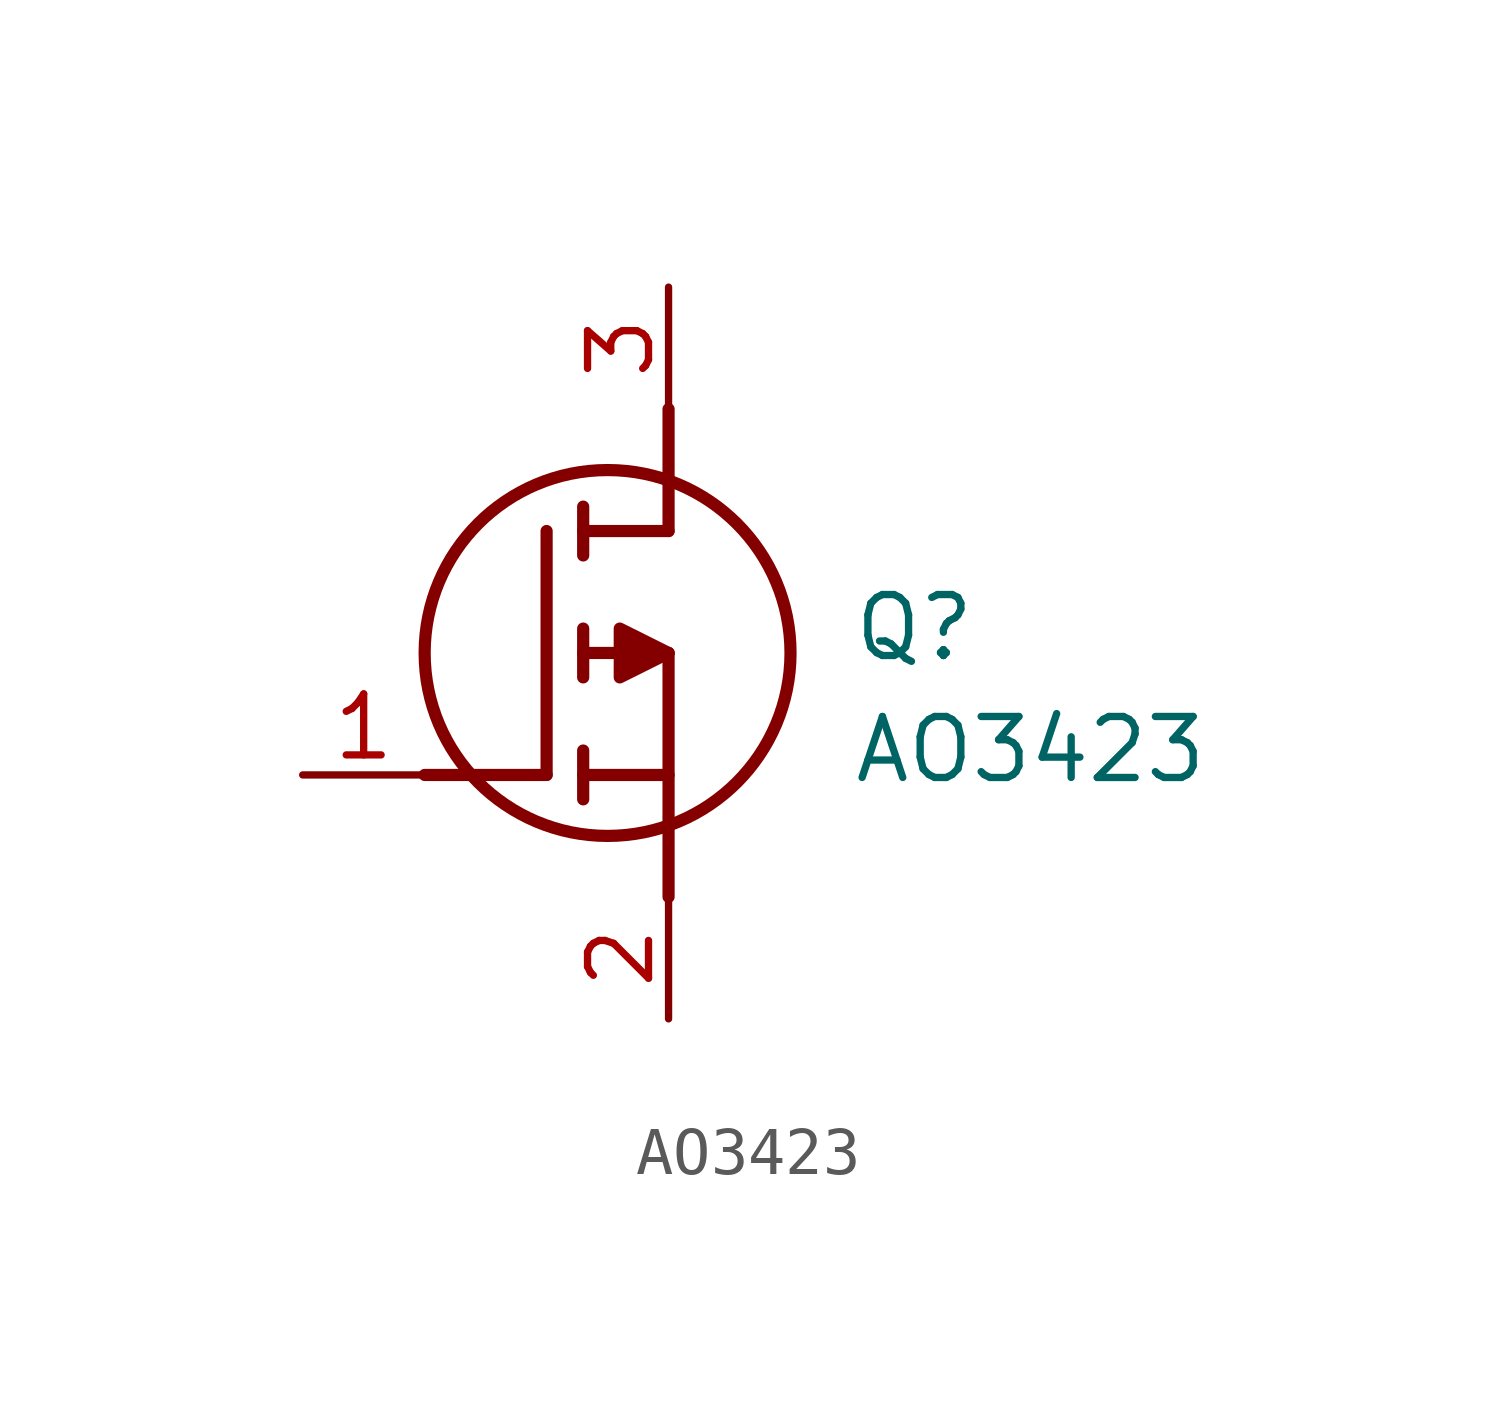
<source format=kicad_sym>
(kicad_symbol_lib
  (version 20211014)
  (generator SamacSys_ECAD_Model)
  (symbol "AO3423"
    (pin_names hide)
    (property "Reference" "Q"
      (at 11.43 3.81 0)
      (effects (font (size 1.27 1.27)) (justify left top)))
    (property "Value" "AO3423"
      (at 11.43 1.27 0)
      (effects (font (size 1.27 1.27)) (justify left top)))
    (polyline
      (pts (xy 7.62 2.54) (xy 7.62 -2.54))
      (stroke (width 0.254) (type default))
      (fill (type none)))
    (polyline
      (pts (xy 7.62 5.08) (xy 7.62 7.62))
      (stroke (width 0.254) (type default))
      (fill (type none)))
    (polyline
      (pts (xy 2.54 0) (xy 5.08 0))
      (stroke (width 0.254) (type default))
      (fill (type none)))
    (polyline
      (pts (xy 5.08 5.08) (xy 5.08 0))
      (stroke (width 0.254) (type default))
      (fill (type none)))
    (polyline
      (pts (xy 7.62 2.54) (xy 5.842 2.54))
      (stroke (width 0.254) (type default))
      (fill (type none)))
    (polyline
      (pts (xy 7.62 5.08) (xy 5.842 5.08))
      (stroke (width 0.254) (type default))
      (fill (type none)))
    (polyline
      (pts (xy 5.842 0) (xy 7.62 0))
      (stroke (width 0.254) (type default))
      (fill (type none)))
    (polyline
      (pts (xy 5.842 5.588) (xy 5.842 4.572))
      (stroke (width 0.254) (type default))
      (fill (type none)))
    (polyline
      (pts (xy 5.842 -0.508) (xy 5.842 0.508))
      (stroke (width 0.254) (type default))
      (fill (type none)))
    (polyline
      (pts (xy 5.842 2.032) (xy 5.842 3.048))
      (stroke (width 0.254) (type default))
      (fill (type none)))
    (circle
      (center 6.35 2.54)
      (radius 3.81)
      (stroke (width 0.254) (type default))
      (fill (type none)))
    (polyline
      (pts (xy 7.62 2.54) (xy 6.604 3.048) (xy 6.604 2.032) (xy 7.62 2.54))
      (stroke (width 0.254) (type default))
      (fill (type outline)))
    (pin passive line
      (at 0 0 0)
      (length 2.54)
      (name "G" (effects (font (size 1.27 1.27))))
      (number "1" (effects (font (size 1.27 1.27)))))
    (pin passive line
      (at 7.62 10.16 270)
      (length 2.54)
      (name "D" (effects (font (size 1.27 1.27))))
      (number "3" (effects (font (size 1.27 1.27)))))
    (pin passive line
      (at 7.62 -5.08 90)
      (length 2.54)
      (name "S" (effects (font (size 1.27 1.27))))
      (number "2" (effects (font (size 1.27 1.27)))))))
</source>
